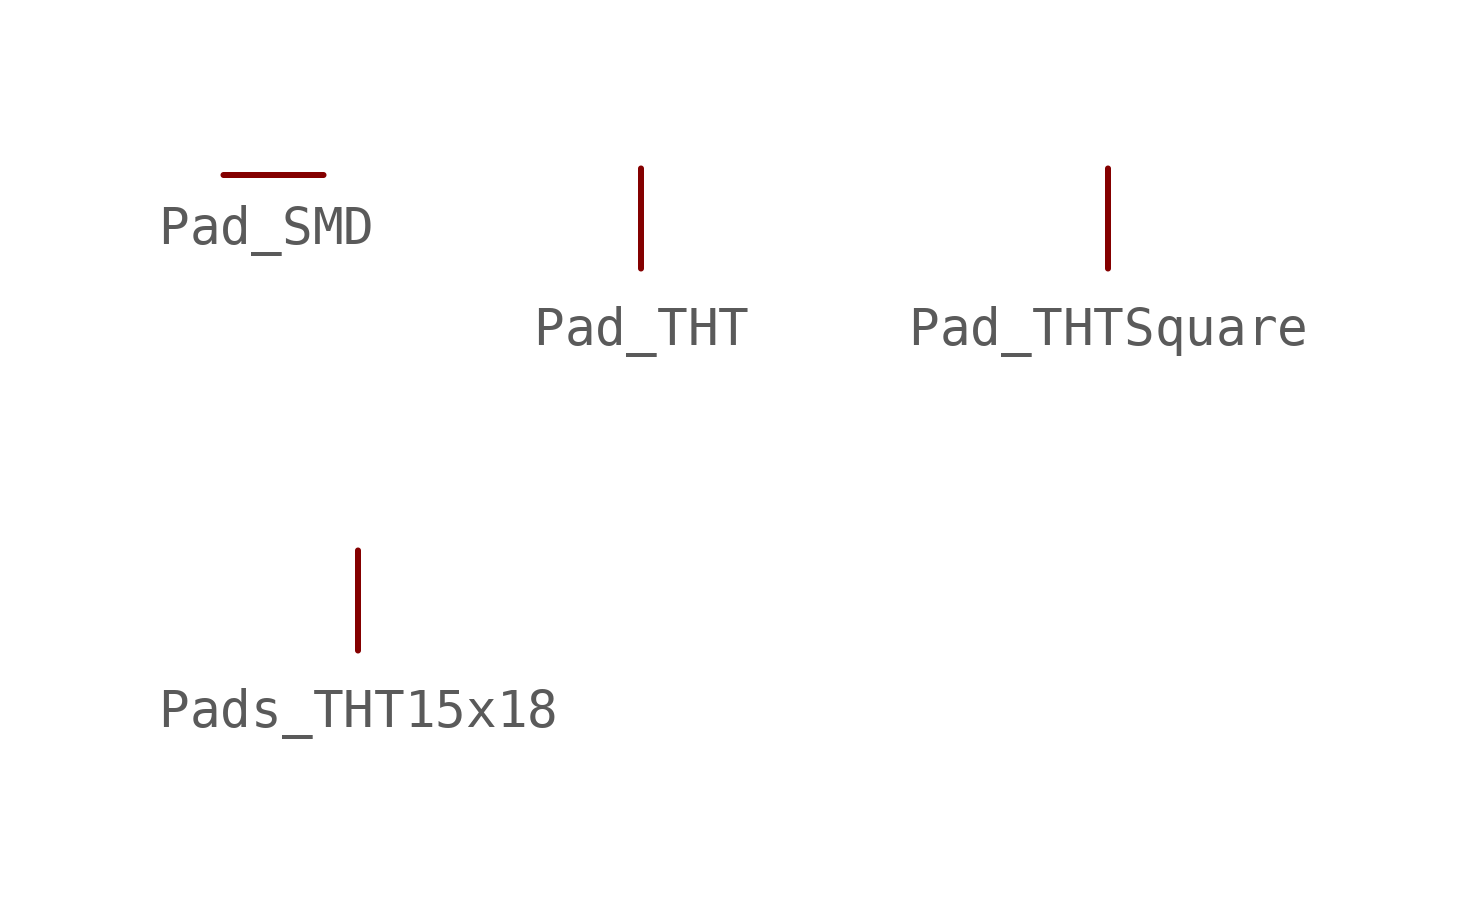
<source format=kicad_sym>
(kicad_symbol_lib
  (version 20241209)
  (generator "kicad_symbol_editor")
  (generator_version "9.0")
  (symbol "Pad_SMD"
    (pin_numbers
      (hide yes))
    (pin_names
      (offset 0)
      (hide yes))
    (property "Reference" "p"
      (at -1.27 0 0)
      (effects (font (size 1.27 1.27)) (hide yes)))
    (symbol "Pad_SMD_1_1"
      (pin input line (at 0 0 0) (length 2.54) (name "" (effects (font (size 1.27 1.27)))) (number "" (effects (font (size 1.27 1.27)))))))
  (symbol "Pad_THT"
    (pin_numbers
      (hide yes))
    (pin_names
      (offset 0)
      (hide yes))
    (property "Reference" "p"
      (at -1.27 0 0)
      (effects (font (size 1.27 1.27)) (hide yes)))
    (property "Value" ""
      (at 0 0 0)
      (effects (font (size 1.27 1.27))))
    (symbol "Pad_THT_1_1"
      (pin input line (at 0 0 90) (length 2.54) (name "" (effects (font (size 1.27 1.27)))) (number "1" (effects (font (size 1.27 1.27)))))))
  (symbol "Pad_THTSquare"
    (pin_numbers
      (hide yes))
    (pin_names
      (offset 0)
      (hide yes))
    (property "Reference" "p"
      (at -1.27 0 0)
      (effects (font (size 1.27 1.27)) (hide yes)))
    (property "Value" ""
      (at 0 0 0)
      (effects (font (size 1.27 1.27))))
    (symbol "Pad_THTSquare_1_1"
      (pin input line (at 0 0 90) (length 2.54) (name "" (effects (font (size 1.27 1.27)))) (number "1" (effects (font (size 1.27 1.27)))))))
  (symbol "Pads_THT15x18"
    (pin_numbers
      (hide yes))
    (pin_names
      (offset 0)
      (hide yes))
    (property "Reference" "p"
      (at 0 0 0)
      (effects (font (size 1.27 1.27)) (hide yes)))
    (property "Value" ""
      (at 0 0 0)
      (effects (font (size 1.27 1.27))))
    (symbol "Pads_THT15x18_1_1"
      (pin input line (at 0 0 90) (length 2.54) (name "1" (effects (font (size 1.27 1.27)))) (number "1" (effects (font (size 1.27 1.27))))))))
</source>
